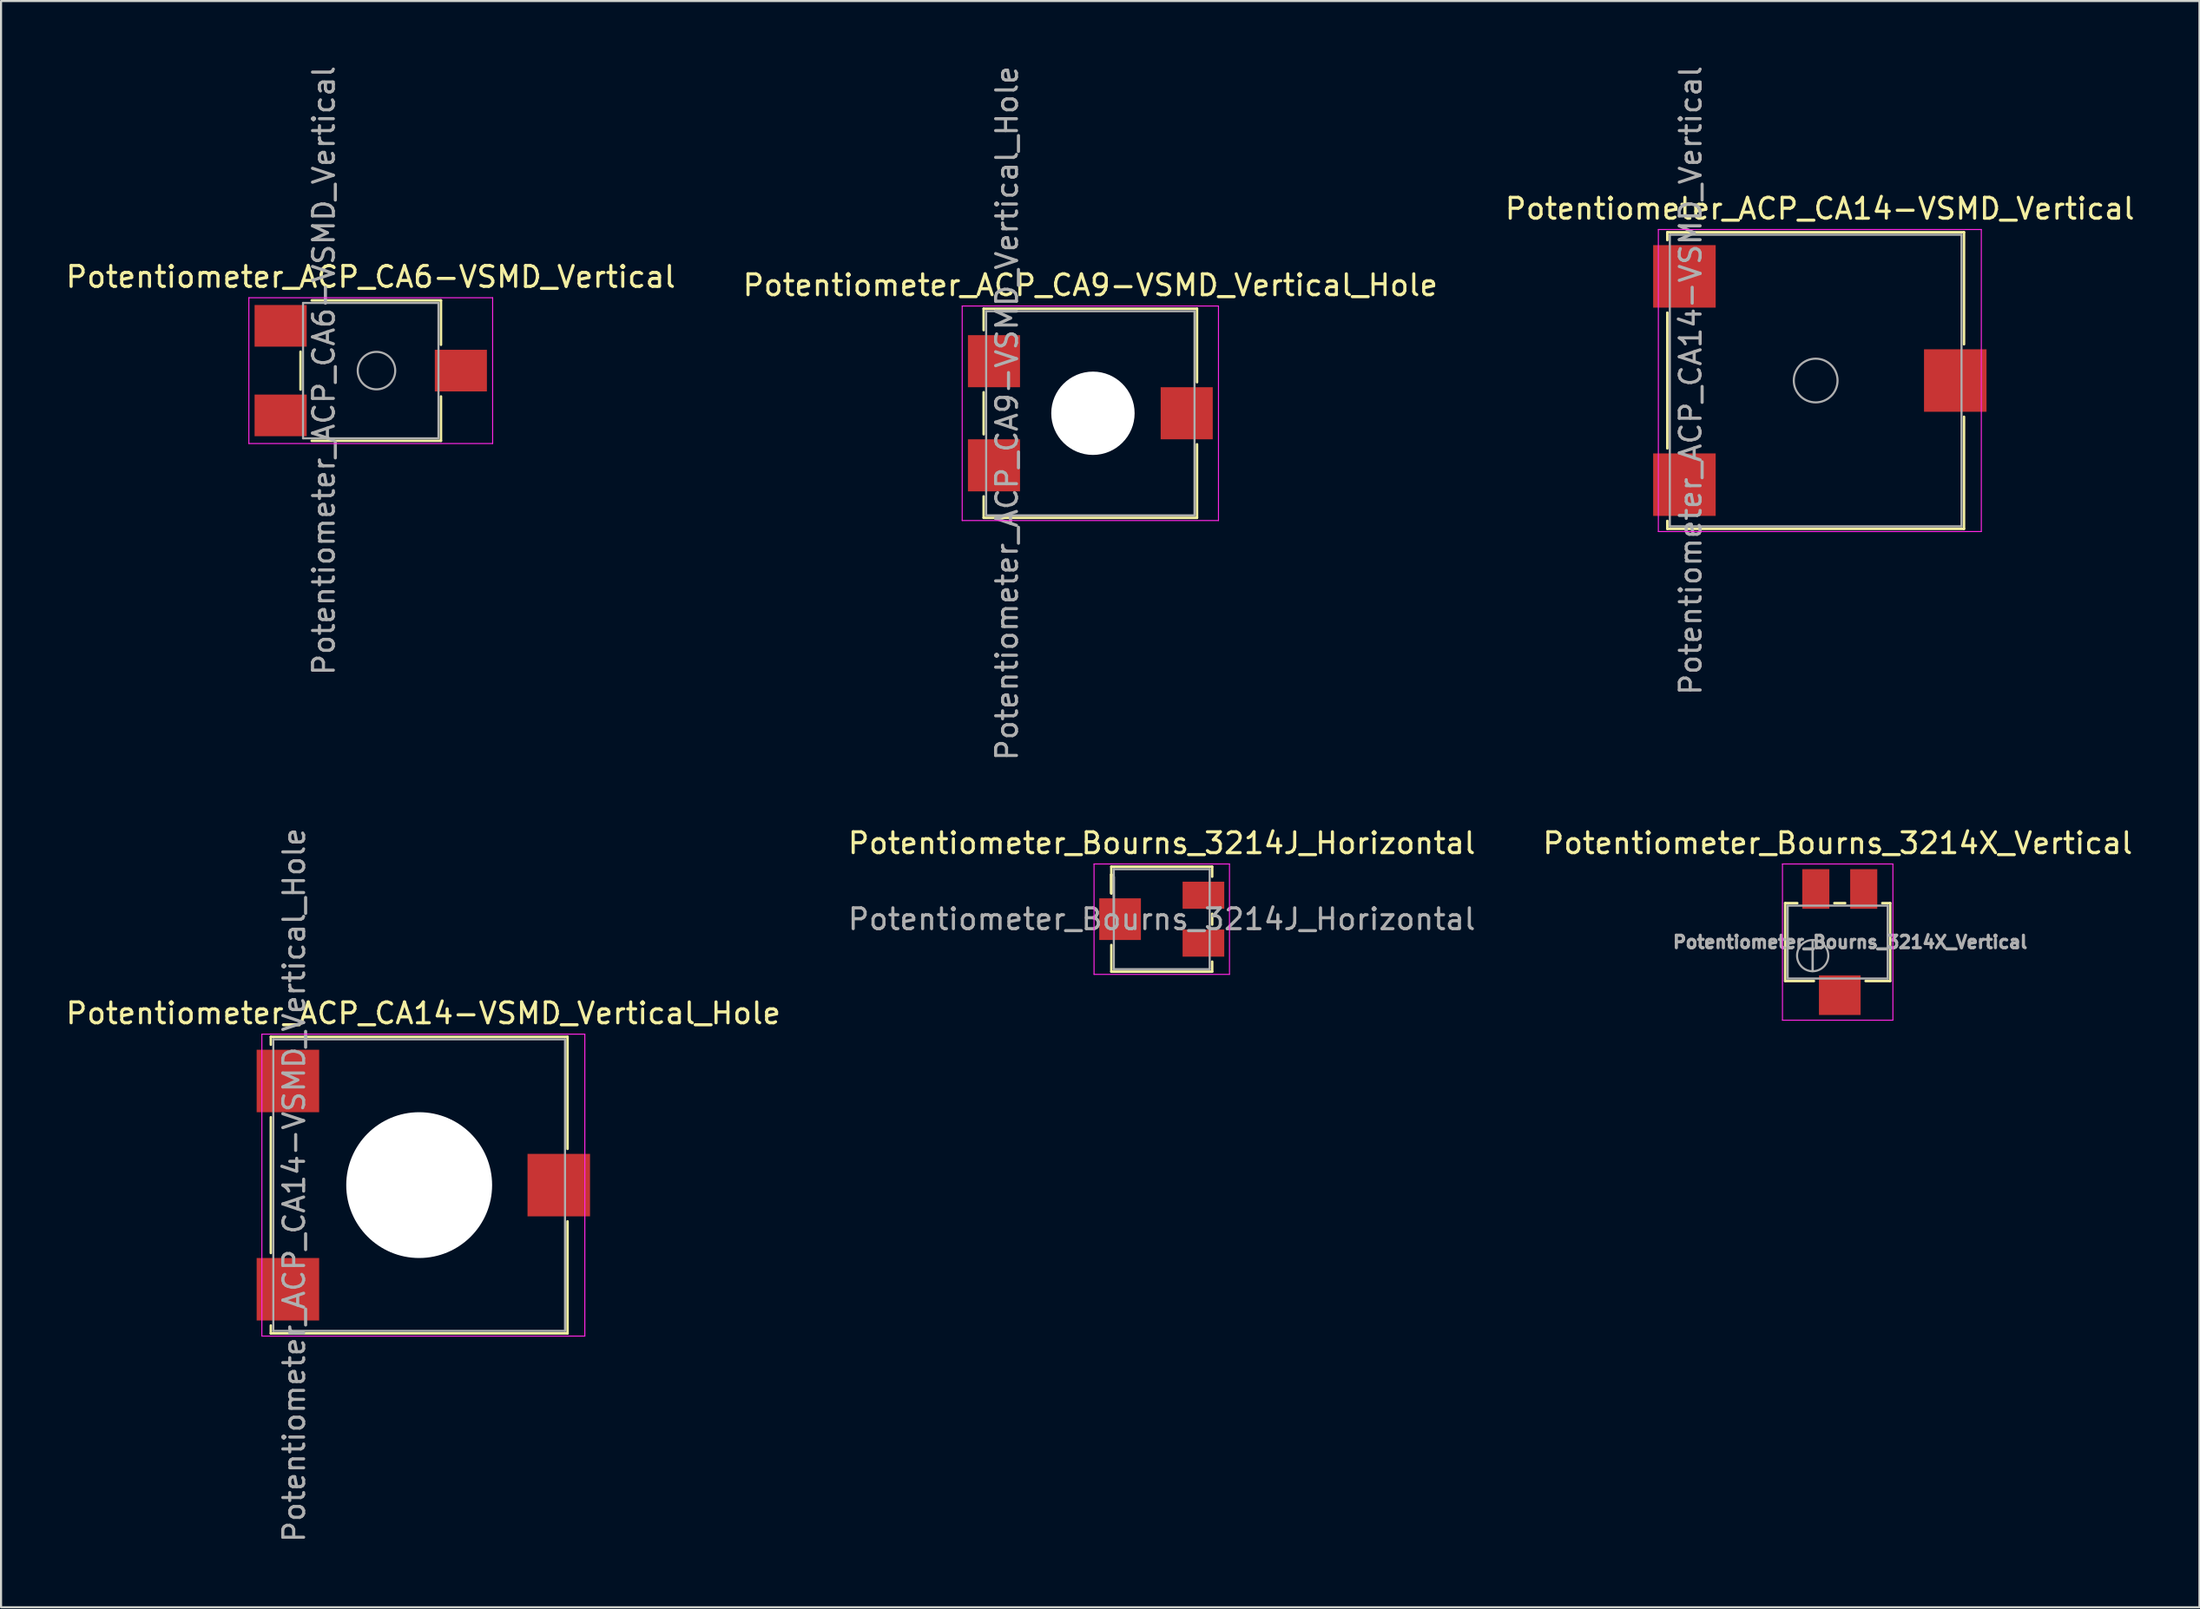
<source format=kicad_pcb>
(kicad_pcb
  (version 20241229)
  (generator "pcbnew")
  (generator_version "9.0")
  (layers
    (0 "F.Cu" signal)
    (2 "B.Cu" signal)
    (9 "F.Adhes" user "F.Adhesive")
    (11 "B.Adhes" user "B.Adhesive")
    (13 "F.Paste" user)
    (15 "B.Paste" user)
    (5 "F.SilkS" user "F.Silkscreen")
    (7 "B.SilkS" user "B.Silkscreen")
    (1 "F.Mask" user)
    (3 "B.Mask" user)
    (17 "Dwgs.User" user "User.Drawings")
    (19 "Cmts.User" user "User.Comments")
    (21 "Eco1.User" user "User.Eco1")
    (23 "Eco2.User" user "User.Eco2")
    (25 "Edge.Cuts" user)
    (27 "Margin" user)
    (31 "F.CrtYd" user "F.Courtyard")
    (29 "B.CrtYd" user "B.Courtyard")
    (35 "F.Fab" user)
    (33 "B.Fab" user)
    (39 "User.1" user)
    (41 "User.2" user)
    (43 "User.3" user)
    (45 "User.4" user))
  (footprint "Potentiometer_Bourns_3214X_Vertical"
    (layer "F.Cu")
    (at 85.249 42.182)
    (property "Reference" "Potentiometer_Bourns_3214X_Vertical" (at -0.1 -4.75 0) (layer "F.SilkS") (effects (font (size 1 1) (thickness 0.15))))
    (attr smd)
    (fp_line (start -2.62 -1.87) (end -2.62 1.87) (stroke (width 0.12) (type solid)) (layer "F.SilkS"))
    (fp_line (start -2.62 -1.87) (end -2.039 -1.87) (stroke (width 0.12) (type solid)) (layer "F.SilkS"))
    (fp_line (start -2.62 1.87) (end -1.24 1.87) (stroke (width 0.12) (type solid)) (layer "F.SilkS"))
    (fp_line (start -0.26 -1.87) (end 0.26 -1.87) (stroke (width 0.12) (type solid)) (layer "F.SilkS"))
    (fp_line (start 1.24 1.87) (end 2.42 1.87) (stroke (width 0.12) (type solid)) (layer "F.SilkS"))
    (fp_line (start 2.04 -1.87) (end 2.42 -1.87) (stroke (width 0.12) (type solid)) (layer "F.SilkS"))
    (fp_line (start 2.42 -1.87) (end 2.42 1.87) (stroke (width 0.12) (type solid)) (layer "F.SilkS"))
    (fp_line (start -2.75 -3.75) (end -2.75 3.75) (stroke (width 0.05) (type solid)) (layer "F.CrtYd"))
    (fp_line (start -2.75 3.75) (end 2.55 3.75) (stroke (width 0.05) (type solid)) (layer "F.CrtYd"))
    (fp_line (start 2.55 -3.75) (end -2.75 -3.75) (stroke (width 0.05) (type solid)) (layer "F.CrtYd"))
    (fp_line (start 2.55 3.75) (end 2.55 -3.75) (stroke (width 0.05) (type solid)) (layer "F.CrtYd"))
    (fp_line (start -2.5 -1.75) (end -2.5 1.75) (stroke (width 0.1) (type solid)) (layer "F.Fab"))
    (fp_line (start -2.5 1.75) (end 2.3 1.75) (stroke (width 0.1) (type solid)) (layer "F.Fab"))
    (fp_line (start -1.3 1.393) (end -1.299 -0.092) (stroke (width 0.1) (type solid)) (layer "F.Fab"))
    (fp_line (start -1.3 1.393) (end -1.299 -0.092) (stroke (width 0.1) (type solid)) (layer "F.Fab"))
    (fp_line (start 2.3 -1.75) (end -2.5 -1.75) (stroke (width 0.1) (type solid)) (layer "F.Fab"))
    (fp_line (start 2.3 1.75) (end 2.3 -1.75) (stroke (width 0.1) (type solid)) (layer "F.Fab"))
    (fp_circle (center -1.3 0.65) (end -0.55 0.65) (stroke (width 0.1) (type solid)) (fill no) (layer "F.Fab"))
    (fp_text user "${REFERENCE}" (at 0.5 0 0) (layer "F.Fab") (effects (font (size 0.6 0.6) (thickness 0.15))))
    (pad "1" smd rect (at 1.15 -2.55) (size 1.3 1.9) (layers "F.Cu" "F.Mask" "F.Paste"))
    (pad "2" smd rect (at 0 2.55) (size 2 1.9) (layers "F.Cu" "F.Mask" "F.Paste"))
    (pad "3" smd rect (at -1.15 -2.55) (size 1.3 1.9) (layers "F.Cu" "F.Mask" "F.Paste")))
  (footprint "Potentiometer_Bourns_3214J_Horizontal"
    (layer "F.Cu")
    (at 52.708 41.082)
    (property "Reference" "Potentiometer_Bourns_3214J_Horizontal" (at 0 -3.65 0) (layer "F.SilkS") (effects (font (size 1 1) (thickness 0.15))))
    (attr smd)
    (fp_line (start -2.42 -2.52) (end -2.42 -1.24) (stroke (width 0.12) (type solid)) (layer "F.SilkS"))
    (fp_line (start -2.42 -2.52) (end 2.42 -2.52) (stroke (width 0.12) (type solid)) (layer "F.SilkS"))
    (fp_line (start -2.42 -2.14) (end -2.42 -2.14) (stroke (width 0.12) (type solid)) (layer "F.SilkS"))
    (fp_line (start -2.42 -2.14) (end -2.42 -1.24) (stroke (width 0.12) (type solid)) (layer "F.SilkS"))
    (fp_line (start -2.42 -2.14) (end -2.42 -1.24) (stroke (width 0.12) (type solid)) (layer "F.SilkS"))
    (fp_line (start -2.42 1.24) (end -2.42 2.52) (stroke (width 0.12) (type solid)) (layer "F.SilkS"))
    (fp_line (start -2.42 2.52) (end 2.42 2.52) (stroke (width 0.12) (type solid)) (layer "F.SilkS"))
    (fp_line (start 2.42 -2.52) (end 2.42 -2.04) (stroke (width 0.12) (type solid)) (layer "F.SilkS"))
    (fp_line (start 2.42 -0.26) (end 2.42 0.26) (stroke (width 0.12) (type solid)) (layer "F.SilkS"))
    (fp_line (start 2.42 2.04) (end 2.42 2.52) (stroke (width 0.12) (type solid)) (layer "F.SilkS"))
    (fp_line (start -3.25 -2.65) (end -3.25 2.65) (stroke (width 0.05) (type solid)) (layer "F.CrtYd"))
    (fp_line (start -3.25 2.65) (end 3.25 2.65) (stroke (width 0.05) (type solid)) (layer "F.CrtYd"))
    (fp_line (start 3.25 -2.65) (end -3.25 -2.65) (stroke (width 0.05) (type solid)) (layer "F.CrtYd"))
    (fp_line (start 3.25 2.65) (end 3.25 -2.65) (stroke (width 0.05) (type solid)) (layer "F.CrtYd"))
    (fp_line (start -2.3 -2.4) (end -2.3 2.4) (stroke (width 0.1) (type solid)) (layer "F.Fab"))
    (fp_line (start -2.3 -2.02) (end -2.3 -2.02) (stroke (width 0.1) (type solid)) (layer "F.Fab"))
    (fp_line (start -2.3 -2.02) (end -2.3 -0.24) (stroke (width 0.1) (type solid)) (layer "F.Fab"))
    (fp_line (start -2.3 -1.13) (end -2.3 -1.13) (stroke (width 0.1) (type solid)) (layer "F.Fab"))
    (fp_line (start -2.3 -0.24) (end -2.3 -2.02) (stroke (width 0.1) (type solid)) (layer "F.Fab"))
    (fp_line (start -2.3 -0.24) (end -2.3 -0.24) (stroke (width 0.1) (type solid)) (layer "F.Fab"))
    (fp_line (start -2.3 2.4) (end 2.3 2.4) (stroke (width 0.1) (type solid)) (layer "F.Fab"))
    (fp_line (start 2.3 -2.4) (end -2.3 -2.4) (stroke (width 0.1) (type solid)) (layer "F.Fab"))
    (fp_line (start 2.3 2.4) (end 2.3 -2.4) (stroke (width 0.1) (type solid)) (layer "F.Fab"))
    (fp_text user "${REFERENCE}" (at 0 0 0) (layer "F.Fab") (effects (font (size 1 1) (thickness 0.15))))
    (pad "1" smd rect (at 2 -1.15) (size 2 1.3) (layers "F.Cu" "F.Mask" "F.Paste"))
    (pad "2" smd rect (at -2 0) (size 2 2) (layers "F.Cu" "F.Mask" "F.Paste"))
    (pad "3" smd rect (at 2 1.15) (size 2 1.3) (layers "F.Cu" "F.Mask" "F.Paste")))
  (footprint "Potentiometer_ACP_CA9-VSMD_Vertical_Hole"
    (layer "F.Cu")
    (at 49.28 16.792)
    (property "Reference" "Potentiometer_ACP_CA9-VSMD_Vertical_Hole" (at 0 -6.15 0) (layer "F.SilkS") (effects (font (size 1 1) (thickness 0.15))))
    (attr smd)
    (fp_line (start -5.12 -5.021) (end -5.12 -3.991) (stroke (width 0.12) (type solid)) (layer "F.SilkS"))
    (fp_line (start -5.12 -5.021) (end 5.12 -5.021) (stroke (width 0.12) (type solid)) (layer "F.SilkS"))
    (fp_line (start -5.12 -1.009) (end -5.12 1.01) (stroke (width 0.12) (type solid)) (layer "F.SilkS"))
    (fp_line (start -5.12 3.99) (end -5.12 5.02) (stroke (width 0.12) (type solid)) (layer "F.SilkS"))
    (fp_line (start -5.12 5.02) (end 5.12 5.02) (stroke (width 0.12) (type solid)) (layer "F.SilkS"))
    (fp_line (start 5.12 -5.021) (end 5.12 -1.49) (stroke (width 0.12) (type solid)) (layer "F.SilkS"))
    (fp_line (start 5.12 1.49) (end 5.12 5.02) (stroke (width 0.12) (type solid)) (layer "F.SilkS"))
    (fp_line (start -6.15 -5.15) (end -6.15 5.15) (stroke (width 0.05) (type solid)) (layer "F.CrtYd"))
    (fp_line (start -6.15 5.15) (end 6.15 5.15) (stroke (width 0.05) (type solid)) (layer "F.CrtYd"))
    (fp_line (start 6.15 -5.15) (end -6.15 -5.15) (stroke (width 0.05) (type solid)) (layer "F.CrtYd"))
    (fp_line (start 6.15 5.15) (end 6.15 -5.15) (stroke (width 0.05) (type solid)) (layer "F.CrtYd"))
    (fp_line (start -5 -4.9) (end -5 4.9) (stroke (width 0.1) (type solid)) (layer "F.Fab"))
    (fp_line (start -5 4.9) (end 5 4.9) (stroke (width 0.1) (type solid)) (layer "F.Fab"))
    (fp_line (start 5 -4.9) (end -5 -4.9) (stroke (width 0.1) (type solid)) (layer "F.Fab"))
    (fp_line (start 5 4.9) (end 5 -4.9) (stroke (width 0.1) (type solid)) (layer "F.Fab"))
    (fp_text user "${REFERENCE}" (at -4 0 90) (layer "F.Fab") (effects (font (size 1 1) (thickness 0.15))))
    (pad "" np_thru_hole circle (at 0.125 0) (size 4 4) (drill 4) (layers "*.Cu" "*.Mask"))
    (pad "1" smd rect (at -4.625 2.5) (size 2.5 2.5) (layers "F.Cu" "F.Mask" "F.Paste"))
    (pad "2" smd rect (at 4.625 0) (size 2.5 2.5) (layers "F.Cu" "F.Mask" "F.Paste"))
    (pad "3" smd rect (at -4.625 -2.5) (size 2.5 2.5) (layers "F.Cu" "F.Mask" "F.Paste")))
  (footprint "Potentiometer_ACP_CA6-VSMD_Vertical"
    (layer "F.Cu")
    (at 14.744 14.744)
    (property "Reference" "Potentiometer_ACP_CA6-VSMD_Vertical" (at 0 -4.5 0) (layer "F.SilkS") (effects (font (size 1 1) (thickness 0.15))))
    (attr smd)
    (fp_line (start -3.37 -0.909) (end -3.37 0.91) (stroke (width 0.12) (type solid)) (layer "F.SilkS"))
    (fp_line (start -2.834 -3.371) (end 3.37 -3.371) (stroke (width 0.12) (type solid)) (layer "F.SilkS"))
    (fp_line (start -2.834 3.37) (end 3.37 3.37) (stroke (width 0.12) (type solid)) (layer "F.SilkS"))
    (fp_line (start 3.37 -3.371) (end 3.37 -1.24) (stroke (width 0.12) (type solid)) (layer "F.SilkS"))
    (fp_line (start 3.37 1.24) (end 3.37 3.37) (stroke (width 0.12) (type solid)) (layer "F.SilkS"))
    (fp_line (start -5.85 -3.5) (end -5.85 3.5) (stroke (width 0.05) (type solid)) (layer "F.CrtYd"))
    (fp_line (start -5.85 3.5) (end 5.85 3.5) (stroke (width 0.05) (type solid)) (layer "F.CrtYd"))
    (fp_line (start 5.85 -3.5) (end -5.85 -3.5) (stroke (width 0.05) (type solid)) (layer "F.CrtYd"))
    (fp_line (start 5.85 3.5) (end 5.85 -3.5) (stroke (width 0.05) (type solid)) (layer "F.CrtYd"))
    (fp_line (start -3.25 -3.25) (end -3.25 3.25) (stroke (width 0.1) (type solid)) (layer "F.Fab"))
    (fp_line (start -3.25 3.25) (end 3.25 3.25) (stroke (width 0.1) (type solid)) (layer "F.Fab"))
    (fp_line (start 3.25 -3.25) (end -3.25 -3.25) (stroke (width 0.1) (type solid)) (layer "F.Fab"))
    (fp_line (start 3.25 3.25) (end 3.25 -3.25) (stroke (width 0.1) (type solid)) (layer "F.Fab"))
    (fp_circle (center 0.275 0) (end 1.175 0) (stroke (width 0.1) (type solid)) (fill no) (layer "F.Fab"))
    (fp_text user "${REFERENCE}" (at -2.25 0 90) (layer "F.Fab") (effects (font (size 1 1) (thickness 0.15))))
    (pad "1" smd rect (at -4.325 2.15) (size 2.5 2) (layers "F.Cu" "F.Mask" "F.Paste"))
    (pad "2" smd rect (at 4.325 0) (size 2.5 2) (layers "F.Cu" "F.Mask" "F.Paste"))
    (pad "3" smd rect (at -4.325 -2.15) (size 2.5 2) (layers "F.Cu" "F.Mask" "F.Paste")))
  (footprint "Potentiometer_ACP_CA14-VSMD_Vertical_Hole"
    (layer "F.Cu")
    (at 17.268 53.851)
    (property "Reference" "Potentiometer_ACP_CA14-VSMD_Vertical_Hole" (at 0 -8.25 0) (layer "F.SilkS") (effects (font (size 1 1) (thickness 0.15))))
    (attr smd)
    (fp_line (start -7.32 -7.12) (end -7.32 -6.741) (stroke (width 0.12) (type solid)) (layer "F.SilkS"))
    (fp_line (start -7.32 -7.12) (end 6.92 -7.12) (stroke (width 0.12) (type solid)) (layer "F.SilkS"))
    (fp_line (start -7.32 -3.259) (end -7.32 3.26) (stroke (width 0.12) (type solid)) (layer "F.SilkS"))
    (fp_line (start -7.32 6.74) (end -7.32 7.12) (stroke (width 0.12) (type solid)) (layer "F.SilkS"))
    (fp_line (start -7.32 7.12) (end 6.92 7.12) (stroke (width 0.12) (type solid)) (layer "F.SilkS"))
    (fp_line (start 6.92 -7.12) (end 6.92 -1.74) (stroke (width 0.12) (type solid)) (layer "F.SilkS"))
    (fp_line (start 6.92 1.74) (end 6.92 7.12) (stroke (width 0.12) (type solid)) (layer "F.SilkS"))
    (fp_line (start -7.75 -7.25) (end -7.75 7.25) (stroke (width 0.05) (type solid)) (layer "F.CrtYd"))
    (fp_line (start -7.75 7.25) (end 7.75 7.25) (stroke (width 0.05) (type solid)) (layer "F.CrtYd"))
    (fp_line (start 7.75 -7.25) (end -7.75 -7.25) (stroke (width 0.05) (type solid)) (layer "F.CrtYd"))
    (fp_line (start 7.75 7.25) (end 7.75 -7.25) (stroke (width 0.05) (type solid)) (layer "F.CrtYd"))
    (fp_line (start -7.2 -7) (end -7.2 7) (stroke (width 0.1) (type solid)) (layer "F.Fab"))
    (fp_line (start -7.2 7) (end 6.8 7) (stroke (width 0.1) (type solid)) (layer "F.Fab"))
    (fp_line (start 6.8 -7) (end -7.2 -7) (stroke (width 0.1) (type solid)) (layer "F.Fab"))
    (fp_line (start 6.8 7) (end 6.8 -7) (stroke (width 0.1) (type solid)) (layer "F.Fab"))
    (fp_text user "${REFERENCE}" (at -6.2 0 90) (layer "F.Fab") (effects (font (size 1 1) (thickness 0.15))))
    (pad "" np_thru_hole circle (at -0.2 0) (size 7 7) (drill 7) (layers "*.Cu" "*.Mask"))
    (pad "1" smd rect (at -6.5 5) (size 3 3) (layers "F.Cu" "F.Mask" "F.Paste"))
    (pad "2" smd rect (at 6.5 0) (size 3 3) (layers "F.Cu" "F.Mask" "F.Paste"))
    (pad "3" smd rect (at -6.5 -5) (size 3 3) (layers "F.Cu" "F.Mask" "F.Paste")))
  (footprint "Potentiometer_ACP_CA14-VSMD_Vertical"
    (layer "F.Cu")
    (at 84.292 15.22)
    (property "Reference" "Potentiometer_ACP_CA14-VSMD_Vertical" (at 0 -8.25 0) (layer "F.SilkS") (effects (font (size 1 1) (thickness 0.15))))
    (attr smd)
    (fp_line (start -7.32 -7.12) (end -7.32 -6.741) (stroke (width 0.12) (type solid)) (layer "F.SilkS"))
    (fp_line (start -7.32 -7.12) (end 6.92 -7.12) (stroke (width 0.12) (type solid)) (layer "F.SilkS"))
    (fp_line (start -7.32 -3.259) (end -7.32 3.26) (stroke (width 0.12) (type solid)) (layer "F.SilkS"))
    (fp_line (start -7.32 6.74) (end -7.32 7.12) (stroke (width 0.12) (type solid)) (layer "F.SilkS"))
    (fp_line (start -7.32 7.12) (end 6.92 7.12) (stroke (width 0.12) (type solid)) (layer "F.SilkS"))
    (fp_line (start 6.92 -7.12) (end 6.92 -1.74) (stroke (width 0.12) (type solid)) (layer "F.SilkS"))
    (fp_line (start 6.92 1.74) (end 6.92 7.12) (stroke (width 0.12) (type solid)) (layer "F.SilkS"))
    (fp_line (start -7.75 -7.25) (end -7.75 7.25) (stroke (width 0.05) (type solid)) (layer "F.CrtYd"))
    (fp_line (start -7.75 7.25) (end 7.75 7.25) (stroke (width 0.05) (type solid)) (layer "F.CrtYd"))
    (fp_line (start 7.75 -7.25) (end -7.75 -7.25) (stroke (width 0.05) (type solid)) (layer "F.CrtYd"))
    (fp_line (start 7.75 7.25) (end 7.75 -7.25) (stroke (width 0.05) (type solid)) (layer "F.CrtYd"))
    (fp_line (start -7.2 -7) (end -7.2 7) (stroke (width 0.1) (type solid)) (layer "F.Fab"))
    (fp_line (start -7.2 7) (end 6.8 7) (stroke (width 0.1) (type solid)) (layer "F.Fab"))
    (fp_line (start 6.8 -7) (end -7.2 -7) (stroke (width 0.1) (type solid)) (layer "F.Fab"))
    (fp_line (start 6.8 7) (end 6.8 -7) (stroke (width 0.1) (type solid)) (layer "F.Fab"))
    (fp_circle (center -0.2 0) (end 0.85 0) (stroke (width 0.1) (type solid)) (fill no) (layer "F.Fab"))
    (fp_text user "${REFERENCE}" (at -6.2 0 90) (layer "F.Fab") (effects (font (size 1 1) (thickness 0.15))))
    (pad "1" smd rect (at -6.5 5) (size 3 3) (layers "F.Cu" "F.Mask" "F.Paste"))
    (pad "2" smd rect (at 6.5 0) (size 3 3) (layers "F.Cu" "F.Mask" "F.Paste"))
    (pad "3" smd rect (at -6.5 -5) (size 3 3) (layers "F.Cu" "F.Mask" "F.Paste")))
  (gr_rect
    (start -3 -3)
    (end 102.512 74.119)
    (stroke (width 0.1) (type default))
    (fill no)
    (layer "Edge.Cuts")))
</source>
